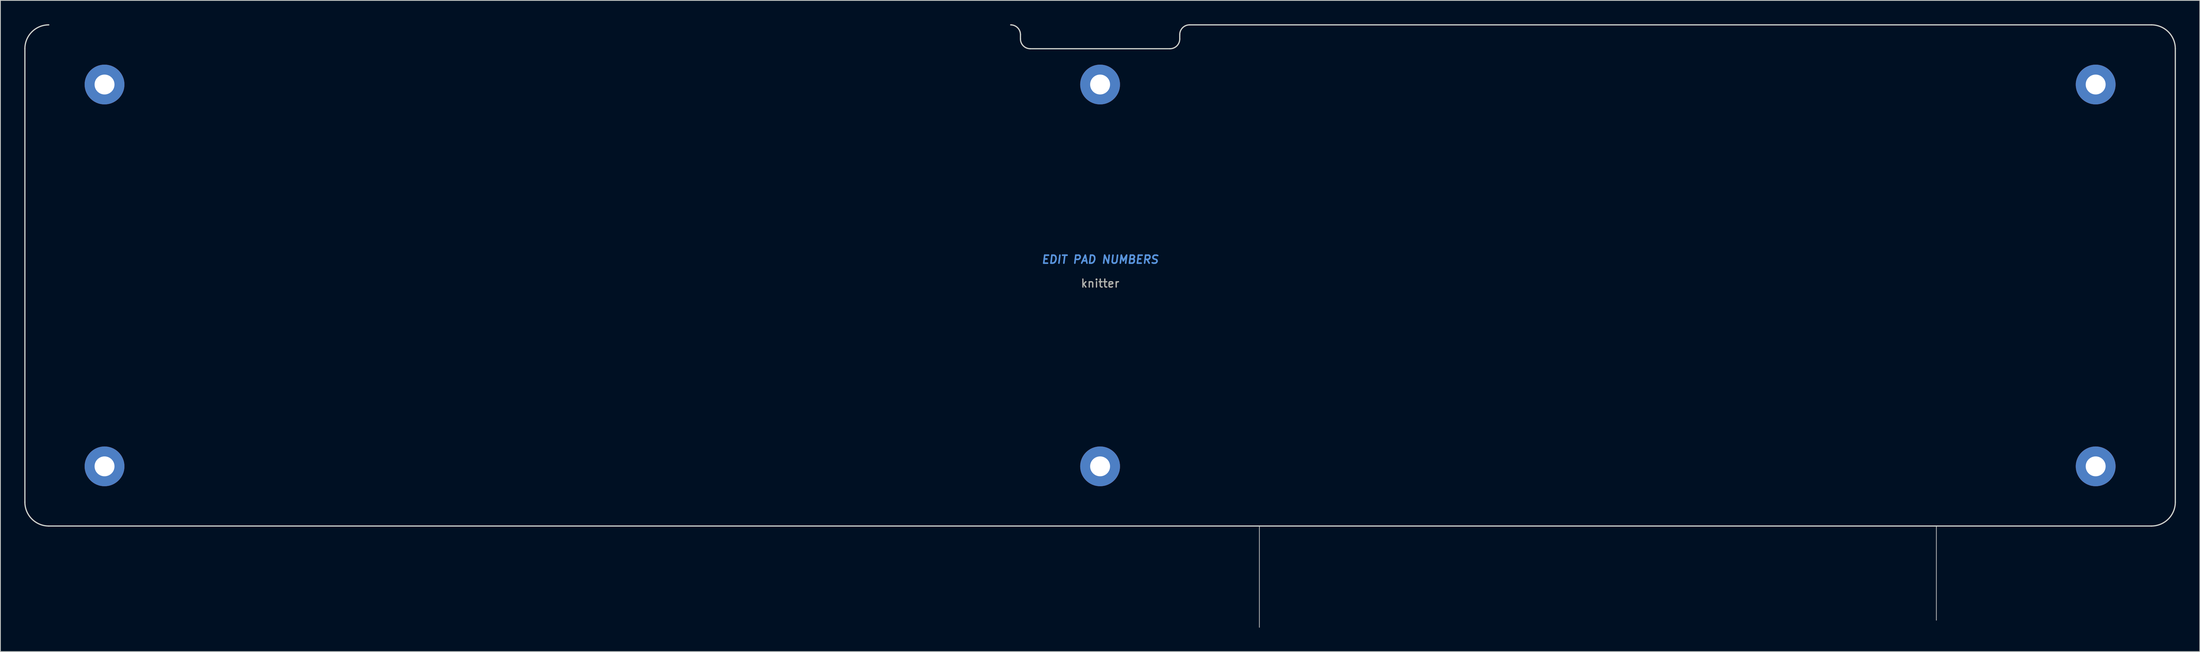
<source format=kicad_pcb>
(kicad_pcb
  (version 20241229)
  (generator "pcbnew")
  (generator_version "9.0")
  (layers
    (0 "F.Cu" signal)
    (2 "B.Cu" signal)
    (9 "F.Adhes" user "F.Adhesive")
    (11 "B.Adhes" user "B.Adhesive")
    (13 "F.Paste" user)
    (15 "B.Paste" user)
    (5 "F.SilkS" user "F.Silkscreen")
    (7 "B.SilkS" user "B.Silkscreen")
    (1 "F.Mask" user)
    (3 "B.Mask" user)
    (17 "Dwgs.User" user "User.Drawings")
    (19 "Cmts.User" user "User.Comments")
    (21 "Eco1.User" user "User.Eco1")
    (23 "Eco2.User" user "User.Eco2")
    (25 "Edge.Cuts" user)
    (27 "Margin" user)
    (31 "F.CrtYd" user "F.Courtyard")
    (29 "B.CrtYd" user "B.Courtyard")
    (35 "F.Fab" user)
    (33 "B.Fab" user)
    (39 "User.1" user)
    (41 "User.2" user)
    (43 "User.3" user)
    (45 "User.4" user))
  (footprint "knitter"
    (layer "F.Cu")
    (at 135.075 31.575)
    (property "Reference" "knitter" (at 0 1 0) (layer "F.SilkS") (effects (font (size 1 1) (thickness 0.15))))
    (attr through_hole)
    (fp_line (start -135 28.5) (end -135 -28.5) (stroke (width 0.15) (type solid)) (layer "Edge.Cuts"))
    (fp_line (start -10 -30.272) (end -10 -29.728) (stroke (width 0.15) (type solid)) (layer "Edge.Cuts"))
    (fp_line (start -8.772 -28.5) (end 8.772 -28.5) (stroke (width 0.15) (type solid)) (layer "Edge.Cuts"))
    (fp_line (start 10 -29.728) (end 10 -30.272) (stroke (width 0.15) (type solid)) (layer "Edge.Cuts"))
    (fp_line (start 11.228 -31.5) (end 132 -31.5) (stroke (width 0.15) (type solid)) (layer "Edge.Cuts"))
    (fp_line (start 132 31.5) (end -132 31.5) (stroke (width 0.15) (type solid)) (layer "Edge.Cuts"))
    (fp_line (start 135 -28.5) (end 135 28.5) (stroke (width 0.15) (type solid)) (layer "Edge.Cuts"))
    (fp_arc (start -135 -28.5) (mid -134.12132 -30.62132) (end -132 -31.5) (stroke (width 0.15) (type solid)) (layer "Edge.Cuts"))
    (fp_arc (start -132 31.5) (mid -134.12132 30.62132) (end -135 28.5) (stroke (width 0.15) (type solid)) (layer "Edge.Cuts"))
    (fp_arc (start -11.227679 -31.5) (mid -10.359579 -31.140421) (end -10 -30.272321) (stroke (width 0.15) (type solid)) (layer "Edge.Cuts"))
    (fp_arc (start -8.772321 -28.5) (mid -9.640421 -28.859579) (end -10 -29.727679) (stroke (width 0.15) (type solid)) (layer "Edge.Cuts"))
    (fp_arc (start 10 -30.272321) (mid 10.359579 -31.140421) (end 11.227679 -31.5) (stroke (width 0.15) (type solid)) (layer "Edge.Cuts"))
    (fp_arc (start 10 -29.727679) (mid 9.640421 -28.859579) (end 8.772321 -28.5) (stroke (width 0.15) (type solid)) (layer "Edge.Cuts"))
    (fp_arc (start 132 -31.5) (mid 134.12132 -30.62132) (end 135 -28.5) (stroke (width 0.15) (type solid)) (layer "Edge.Cuts"))
    (fp_arc (start 135 28.5) (mid 134.12132 30.62132) (end 132 31.5) (stroke (width 0.15) (type solid)) (layer "Edge.Cuts"))
    (fp_line (start 20 31.5) (end 20 44.234) (stroke (width 0.1) (type solid)) (layer "F.Fab"))
    (fp_line (start 105 31.5) (end 105 43.342) (stroke (width 0.1) (type solid)) (layer "F.Fab"))
    (fp_text user "EDIT PAD NUMBERS" (at 0 -2 0) (layer "Cmts.User") (effects (font (size 1 1) (thickness 0.2) (italic yes))))
    (fp_text user "${REFERENCE}" (at 0 1 0) (layer "F.Fab") (effects (font (size 1 1) (thickness 0.15))))
    (pad "#" thru_hole circle (at -125 -24) (size 5 5) (drill 2.5) (layers "*.Cu" "*.Mask"))
    (pad "#" thru_hole circle (at -125 24) (size 5 5) (drill 2.5) (layers "*.Cu" "*.Mask"))
    (pad "#" thru_hole circle (at 0 -24) (size 5 5) (drill 2.5) (layers "*.Cu" "*.Mask"))
    (pad "#" thru_hole circle (at 0 24) (size 5 5) (drill 2.5) (layers "*.Cu" "*.Mask"))
    (pad "#" thru_hole circle (at 125 -24) (size 5 5) (drill 2.5) (layers "*.Cu" "*.Mask"))
    (pad "#" thru_hole circle (at 125 24) (size 5 5) (drill 2.5) (layers "*.Cu" "*.Mask")))
  (gr_rect
    (start -3 -3)
    (end 273.15 78.859)
    (stroke (width 0.1) (type default))
    (fill no)
    (layer "Edge.Cuts")))
</source>
